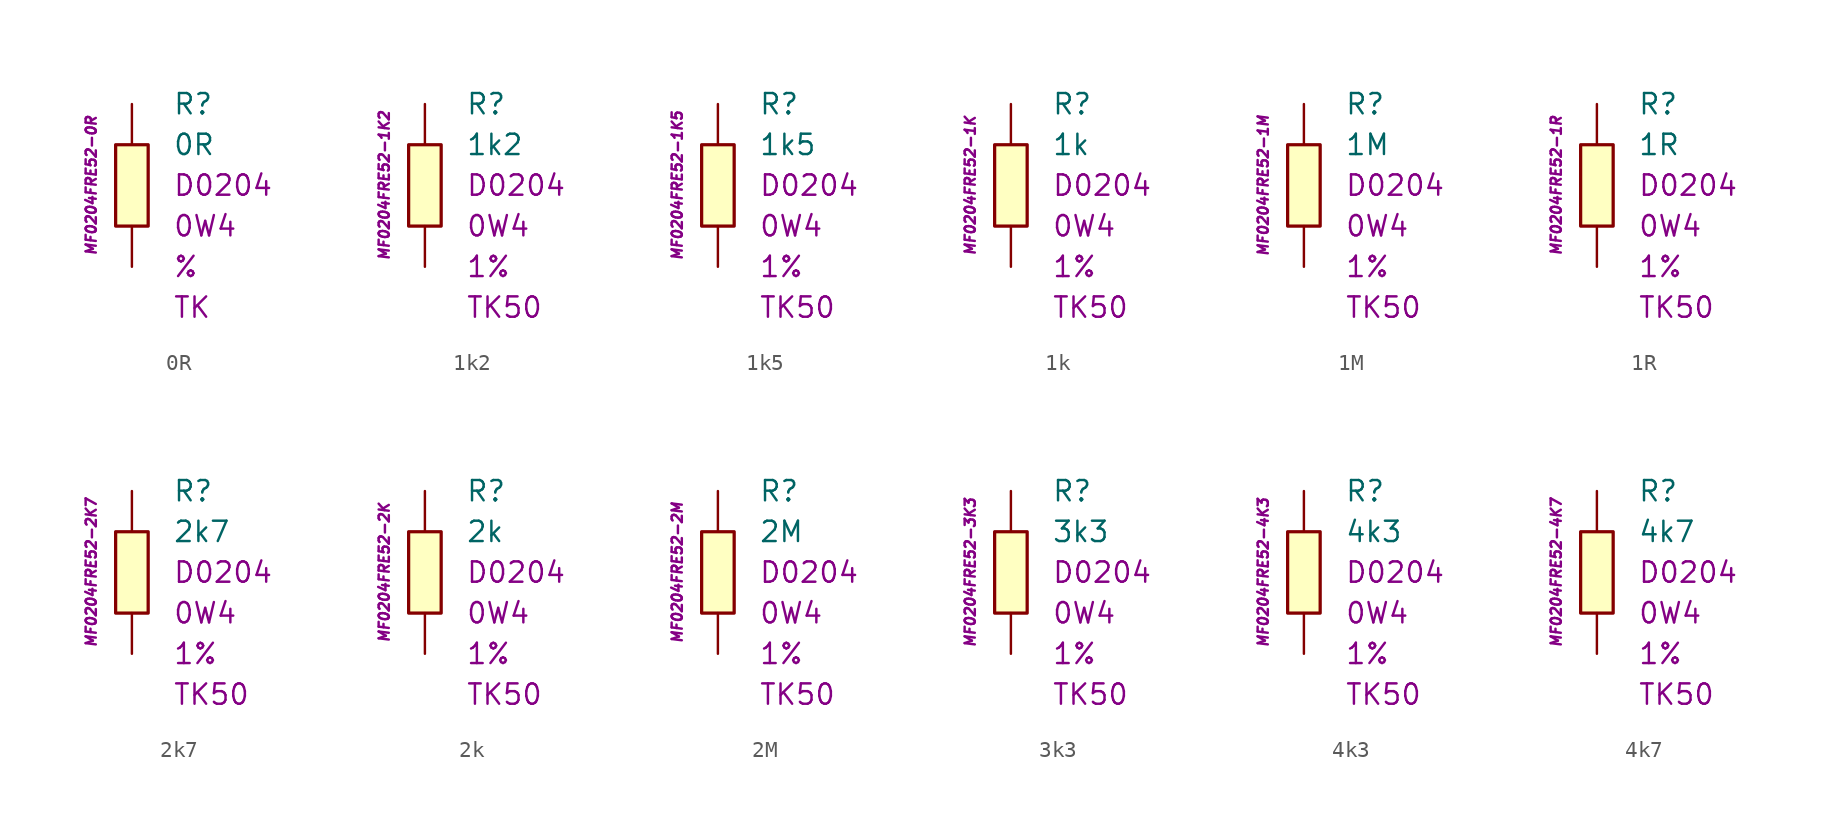
<source format=kicad_sym>
(kicad_symbol_lib
  (version 20201005)
  (generator kicad_symbol_editor)
  (symbol "0R"
    (pin_numbers hide)
    (pin_names
      (offset 1.016) hide)
    (property "Reference" "R"
      (at 2.54 5.08 0)
      (effects (font (size 1.27 1.27)) (justify left)))
    (property "Value" "0R"
      (at 2.54 2.54 0)
      (effects (font (size 1.27 1.27)) (justify left)))
    (property "Package" "D0204"
      (at 2.54 0 0)
      (effects (font (size 1.27 1.27)) (justify left)))
    (property "Power" "0W4"
      (at 2.54 -2.54 0)
      (effects (font (size 1.27 1.27)) (justify left)))
    (property "Tolerance" "%"
      (at 2.54 -5.08 0)
      (effects (font (size 1.27 1.27)) (justify left)))
    (property "TK" "TK"
      (at 2.54 -7.62 0)
      (effects (font (size 1.27 1.27)) (justify left)))
    (property "ID" "MF0204FRE52-0R"
      (at -2.54 0 90)
      (effects (font (size 0.635 0.635) italic)))
    (symbol "0R_0_1"
      (rectangle (start -1.016 2.54) (end 1.016 -2.54) (stroke (width 0.203)) (fill (type background))))
    (symbol "0R_1_1"
      (pin passive line (at 0 5.08 270) (length 2.54) (name "~" (effects (font (size 1.778 1.778)))) (number "1" (effects (font (size 1.778 1.778)))))
      (pin passive line (at 0 -5.08 90) (length 2.54) (name "~" (effects (font (size 1.778 1.778)))) (number "2" (effects (font (size 1.778 1.778)))))))
  (symbol "1k2"
    (pin_numbers hide)
    (pin_names
      (offset 1.016) hide)
    (property "Reference" "R"
      (at 2.54 5.08 0)
      (effects (font (size 1.27 1.27)) (justify left)))
    (property "Value" "1k2"
      (at 2.54 2.54 0)
      (effects (font (size 1.27 1.27)) (justify left)))
    (property "Package" "D0204"
      (at 2.54 0 0)
      (effects (font (size 1.27 1.27)) (justify left)))
    (property "Power" "0W4"
      (at 2.54 -2.54 0)
      (effects (font (size 1.27 1.27)) (justify left)))
    (property "Tolerance" "1%"
      (at 2.54 -5.08 0)
      (effects (font (size 1.27 1.27)) (justify left)))
    (property "TK" "TK50"
      (at 2.54 -7.62 0)
      (effects (font (size 1.27 1.27)) (justify left)))
    (property "ID" "MF0204FRE52-1K2"
      (at -2.54 0 90)
      (effects (font (size 0.635 0.635) italic)))
    (symbol "1k2_0_1"
      (rectangle (start -1.016 2.54) (end 1.016 -2.54) (stroke (width 0.203)) (fill (type background))))
    (symbol "1k2_1_1"
      (pin passive line (at 0 5.08 270) (length 2.54) (name "~" (effects (font (size 1.778 1.778)))) (number "1" (effects (font (size 1.778 1.778)))))
      (pin passive line (at 0 -5.08 90) (length 2.54) (name "~" (effects (font (size 1.778 1.778)))) (number "2" (effects (font (size 1.778 1.778)))))))
  (symbol "1k5"
    (pin_numbers hide)
    (pin_names
      (offset 1.016) hide)
    (property "Reference" "R"
      (at 2.54 5.08 0)
      (effects (font (size 1.27 1.27)) (justify left)))
    (property "Value" "1k5"
      (at 2.54 2.54 0)
      (effects (font (size 1.27 1.27)) (justify left)))
    (property "Package" "D0204"
      (at 2.54 0 0)
      (effects (font (size 1.27 1.27)) (justify left)))
    (property "Power" "0W4"
      (at 2.54 -2.54 0)
      (effects (font (size 1.27 1.27)) (justify left)))
    (property "Tolerance" "1%"
      (at 2.54 -5.08 0)
      (effects (font (size 1.27 1.27)) (justify left)))
    (property "TK" "TK50"
      (at 2.54 -7.62 0)
      (effects (font (size 1.27 1.27)) (justify left)))
    (property "ID" "MF0204FRE52-1K5"
      (at -2.54 0 90)
      (effects (font (size 0.635 0.635) italic)))
    (symbol "1k5_0_1"
      (rectangle (start -1.016 2.54) (end 1.016 -2.54) (stroke (width 0.203)) (fill (type background))))
    (symbol "1k5_1_1"
      (pin passive line (at 0 5.08 270) (length 2.54) (name "~" (effects (font (size 1.778 1.778)))) (number "1" (effects (font (size 1.778 1.778)))))
      (pin passive line (at 0 -5.08 90) (length 2.54) (name "~" (effects (font (size 1.778 1.778)))) (number "2" (effects (font (size 1.778 1.778)))))))
  (symbol "1k"
    (pin_numbers hide)
    (pin_names
      (offset 1.016) hide)
    (property "Reference" "R"
      (at 2.54 5.08 0)
      (effects (font (size 1.27 1.27)) (justify left)))
    (property "Value" "1k"
      (at 2.54 2.54 0)
      (effects (font (size 1.27 1.27)) (justify left)))
    (property "Package" "D0204"
      (at 2.54 0 0)
      (effects (font (size 1.27 1.27)) (justify left)))
    (property "Power" "0W4"
      (at 2.54 -2.54 0)
      (effects (font (size 1.27 1.27)) (justify left)))
    (property "Tolerance" "1%"
      (at 2.54 -5.08 0)
      (effects (font (size 1.27 1.27)) (justify left)))
    (property "TK" "TK50"
      (at 2.54 -7.62 0)
      (effects (font (size 1.27 1.27)) (justify left)))
    (property "ID" "MF0204FRE52-1K"
      (at -2.54 0 90)
      (effects (font (size 0.635 0.635) italic)))
    (symbol "1k_0_1"
      (rectangle (start -1.016 2.54) (end 1.016 -2.54) (stroke (width 0.203)) (fill (type background))))
    (symbol "1k_1_1"
      (pin passive line (at 0 5.08 270) (length 2.54) (name "~" (effects (font (size 1.778 1.778)))) (number "1" (effects (font (size 1.778 1.778)))))
      (pin passive line (at 0 -5.08 90) (length 2.54) (name "~" (effects (font (size 1.778 1.778)))) (number "2" (effects (font (size 1.778 1.778)))))))
  (symbol "1M"
    (pin_numbers hide)
    (pin_names
      (offset 1.016) hide)
    (property "Reference" "R"
      (at 2.54 5.08 0)
      (effects (font (size 1.27 1.27)) (justify left)))
    (property "Value" "1M"
      (at 2.54 2.54 0)
      (effects (font (size 1.27 1.27)) (justify left)))
    (property "Package" "D0204"
      (at 2.54 0 0)
      (effects (font (size 1.27 1.27)) (justify left)))
    (property "Power" "0W4"
      (at 2.54 -2.54 0)
      (effects (font (size 1.27 1.27)) (justify left)))
    (property "Tolerance" "1%"
      (at 2.54 -5.08 0)
      (effects (font (size 1.27 1.27)) (justify left)))
    (property "TK" "TK50"
      (at 2.54 -7.62 0)
      (effects (font (size 1.27 1.27)) (justify left)))
    (property "ID" "MF0204FRE52-1M"
      (at -2.54 0 90)
      (effects (font (size 0.635 0.635) italic)))
    (symbol "1M_0_1"
      (rectangle (start -1.016 2.54) (end 1.016 -2.54) (stroke (width 0.203)) (fill (type background))))
    (symbol "1M_1_1"
      (pin passive line (at 0 5.08 270) (length 2.54) (name "~" (effects (font (size 1.778 1.778)))) (number "1" (effects (font (size 1.778 1.778)))))
      (pin passive line (at 0 -5.08 90) (length 2.54) (name "~" (effects (font (size 1.778 1.778)))) (number "2" (effects (font (size 1.778 1.778)))))))
  (symbol "1R"
    (pin_numbers hide)
    (pin_names
      (offset 1.016) hide)
    (property "Reference" "R"
      (at 2.54 5.08 0)
      (effects (font (size 1.27 1.27)) (justify left)))
    (property "Value" "1R"
      (at 2.54 2.54 0)
      (effects (font (size 1.27 1.27)) (justify left)))
    (property "Package" "D0204"
      (at 2.54 0 0)
      (effects (font (size 1.27 1.27)) (justify left)))
    (property "Power" "0W4"
      (at 2.54 -2.54 0)
      (effects (font (size 1.27 1.27)) (justify left)))
    (property "Tolerance" "1%"
      (at 2.54 -5.08 0)
      (effects (font (size 1.27 1.27)) (justify left)))
    (property "TK" "TK50"
      (at 2.54 -7.62 0)
      (effects (font (size 1.27 1.27)) (justify left)))
    (property "ID" "MF0204FRE52-1R"
      (at -2.54 0 90)
      (effects (font (size 0.635 0.635) italic)))
    (symbol "1R_0_1"
      (rectangle (start -1.016 2.54) (end 1.016 -2.54) (stroke (width 0.203)) (fill (type background))))
    (symbol "1R_1_1"
      (pin passive line (at 0 5.08 270) (length 2.54) (name "~" (effects (font (size 1.778 1.778)))) (number "1" (effects (font (size 1.778 1.778)))))
      (pin passive line (at 0 -5.08 90) (length 2.54) (name "~" (effects (font (size 1.778 1.778)))) (number "2" (effects (font (size 1.778 1.778)))))))
  (symbol "2k7"
    (pin_numbers hide)
    (pin_names
      (offset 1.016) hide)
    (property "Reference" "R"
      (at 2.54 5.08 0)
      (effects (font (size 1.27 1.27)) (justify left)))
    (property "Value" "2k7"
      (at 2.54 2.54 0)
      (effects (font (size 1.27 1.27)) (justify left)))
    (property "Package" "D0204"
      (at 2.54 0 0)
      (effects (font (size 1.27 1.27)) (justify left)))
    (property "Power" "0W4"
      (at 2.54 -2.54 0)
      (effects (font (size 1.27 1.27)) (justify left)))
    (property "Tolerance" "1%"
      (at 2.54 -5.08 0)
      (effects (font (size 1.27 1.27)) (justify left)))
    (property "TK" "TK50"
      (at 2.54 -7.62 0)
      (effects (font (size 1.27 1.27)) (justify left)))
    (property "ID" "MF0204FRE52-2K7"
      (at -2.54 0 90)
      (effects (font (size 0.635 0.635) italic)))
    (symbol "2k7_0_1"
      (rectangle (start -1.016 2.54) (end 1.016 -2.54) (stroke (width 0.203)) (fill (type background))))
    (symbol "2k7_1_1"
      (pin passive line (at 0 5.08 270) (length 2.54) (name "~" (effects (font (size 1.778 1.778)))) (number "1" (effects (font (size 1.778 1.778)))))
      (pin passive line (at 0 -5.08 90) (length 2.54) (name "~" (effects (font (size 1.778 1.778)))) (number "2" (effects (font (size 1.778 1.778)))))))
  (symbol "2k"
    (pin_numbers hide)
    (pin_names
      (offset 1.016) hide)
    (property "Reference" "R"
      (at 2.54 5.08 0)
      (effects (font (size 1.27 1.27)) (justify left)))
    (property "Value" "2k"
      (at 2.54 2.54 0)
      (effects (font (size 1.27 1.27)) (justify left)))
    (property "Package" "D0204"
      (at 2.54 0 0)
      (effects (font (size 1.27 1.27)) (justify left)))
    (property "Power" "0W4"
      (at 2.54 -2.54 0)
      (effects (font (size 1.27 1.27)) (justify left)))
    (property "Tolerance" "1%"
      (at 2.54 -5.08 0)
      (effects (font (size 1.27 1.27)) (justify left)))
    (property "TK" "TK50"
      (at 2.54 -7.62 0)
      (effects (font (size 1.27 1.27)) (justify left)))
    (property "ID" "MF0204FRE52-2K"
      (at -2.54 0 90)
      (effects (font (size 0.635 0.635) italic)))
    (symbol "2k_0_1"
      (rectangle (start -1.016 2.54) (end 1.016 -2.54) (stroke (width 0.203)) (fill (type background))))
    (symbol "2k_1_1"
      (pin passive line (at 0 5.08 270) (length 2.54) (name "~" (effects (font (size 1.778 1.778)))) (number "1" (effects (font (size 1.778 1.778)))))
      (pin passive line (at 0 -5.08 90) (length 2.54) (name "~" (effects (font (size 1.778 1.778)))) (number "2" (effects (font (size 1.778 1.778)))))))
  (symbol "2M"
    (pin_numbers hide)
    (pin_names
      (offset 1.016) hide)
    (property "Reference" "R"
      (at 2.54 5.08 0)
      (effects (font (size 1.27 1.27)) (justify left)))
    (property "Value" "2M"
      (at 2.54 2.54 0)
      (effects (font (size 1.27 1.27)) (justify left)))
    (property "Package" "D0204"
      (at 2.54 0 0)
      (effects (font (size 1.27 1.27)) (justify left)))
    (property "Power" "0W4"
      (at 2.54 -2.54 0)
      (effects (font (size 1.27 1.27)) (justify left)))
    (property "Tolerance" "1%"
      (at 2.54 -5.08 0)
      (effects (font (size 1.27 1.27)) (justify left)))
    (property "TK" "TK50"
      (at 2.54 -7.62 0)
      (effects (font (size 1.27 1.27)) (justify left)))
    (property "ID" "MF0204FRE52-2M"
      (at -2.54 0 90)
      (effects (font (size 0.635 0.635) italic)))
    (symbol "2M_0_1"
      (rectangle (start -1.016 2.54) (end 1.016 -2.54) (stroke (width 0.203)) (fill (type background))))
    (symbol "2M_1_1"
      (pin passive line (at 0 5.08 270) (length 2.54) (name "~" (effects (font (size 1.778 1.778)))) (number "1" (effects (font (size 1.778 1.778)))))
      (pin passive line (at 0 -5.08 90) (length 2.54) (name "~" (effects (font (size 1.778 1.778)))) (number "2" (effects (font (size 1.778 1.778)))))))
  (symbol "3k3"
    (pin_numbers hide)
    (pin_names
      (offset 1.016) hide)
    (property "Reference" "R"
      (at 2.54 5.08 0)
      (effects (font (size 1.27 1.27)) (justify left)))
    (property "Value" "3k3"
      (at 2.54 2.54 0)
      (effects (font (size 1.27 1.27)) (justify left)))
    (property "Package" "D0204"
      (at 2.54 0 0)
      (effects (font (size 1.27 1.27)) (justify left)))
    (property "Power" "0W4"
      (at 2.54 -2.54 0)
      (effects (font (size 1.27 1.27)) (justify left)))
    (property "Tolerance" "1%"
      (at 2.54 -5.08 0)
      (effects (font (size 1.27 1.27)) (justify left)))
    (property "TK" "TK50"
      (at 2.54 -7.62 0)
      (effects (font (size 1.27 1.27)) (justify left)))
    (property "ID" "MF0204FRE52-3K3"
      (at -2.54 0 90)
      (effects (font (size 0.635 0.635) italic)))
    (symbol "3k3_0_1"
      (rectangle (start -1.016 2.54) (end 1.016 -2.54) (stroke (width 0.203)) (fill (type background))))
    (symbol "3k3_1_1"
      (pin passive line (at 0 5.08 270) (length 2.54) (name "~" (effects (font (size 1.778 1.778)))) (number "1" (effects (font (size 1.778 1.778)))))
      (pin passive line (at 0 -5.08 90) (length 2.54) (name "~" (effects (font (size 1.778 1.778)))) (number "2" (effects (font (size 1.778 1.778)))))))
  (symbol "4k3"
    (pin_numbers hide)
    (pin_names
      (offset 1.016) hide)
    (property "Reference" "R"
      (at 2.54 5.08 0)
      (effects (font (size 1.27 1.27)) (justify left)))
    (property "Value" "4k3"
      (at 2.54 2.54 0)
      (effects (font (size 1.27 1.27)) (justify left)))
    (property "Package" "D0204"
      (at 2.54 0 0)
      (effects (font (size 1.27 1.27)) (justify left)))
    (property "Power" "0W4"
      (at 2.54 -2.54 0)
      (effects (font (size 1.27 1.27)) (justify left)))
    (property "Tolerance" "1%"
      (at 2.54 -5.08 0)
      (effects (font (size 1.27 1.27)) (justify left)))
    (property "TK" "TK50"
      (at 2.54 -7.62 0)
      (effects (font (size 1.27 1.27)) (justify left)))
    (property "ID" "MF0204FRE52-4K3"
      (at -2.54 0 90)
      (effects (font (size 0.635 0.635) italic)))
    (symbol "4k3_0_1"
      (rectangle (start -1.016 2.54) (end 1.016 -2.54) (stroke (width 0.203)) (fill (type background))))
    (symbol "4k3_1_1"
      (pin passive line (at 0 5.08 270) (length 2.54) (name "~" (effects (font (size 1.778 1.778)))) (number "1" (effects (font (size 1.778 1.778)))))
      (pin passive line (at 0 -5.08 90) (length 2.54) (name "~" (effects (font (size 1.778 1.778)))) (number "2" (effects (font (size 1.778 1.778)))))))
  (symbol "4k7"
    (pin_numbers hide)
    (pin_names
      (offset 1.016) hide)
    (property "Reference" "R"
      (at 2.54 5.08 0)
      (effects (font (size 1.27 1.27)) (justify left)))
    (property "Value" "4k7"
      (at 2.54 2.54 0)
      (effects (font (size 1.27 1.27)) (justify left)))
    (property "Package" "D0204"
      (at 2.54 0 0)
      (effects (font (size 1.27 1.27)) (justify left)))
    (property "Power" "0W4"
      (at 2.54 -2.54 0)
      (effects (font (size 1.27 1.27)) (justify left)))
    (property "Tolerance" "1%"
      (at 2.54 -5.08 0)
      (effects (font (size 1.27 1.27)) (justify left)))
    (property "TK" "TK50"
      (at 2.54 -7.62 0)
      (effects (font (size 1.27 1.27)) (justify left)))
    (property "ID" "MF0204FRE52-4K7"
      (at -2.54 0 90)
      (effects (font (size 0.635 0.635) italic)))
    (symbol "4k7_0_1"
      (rectangle (start -1.016 2.54) (end 1.016 -2.54) (stroke (width 0.203)) (fill (type background))))
    (symbol "4k7_1_1"
      (pin passive line (at 0 5.08 270) (length 2.54) (name "~" (effects (font (size 1.778 1.778)))) (number "1" (effects (font (size 1.778 1.778)))))
      (pin passive line (at 0 -5.08 90) (length 2.54) (name "~" (effects (font (size 1.778 1.778)))) (number "2" (effects (font (size 1.778 1.778))))))))
</source>
